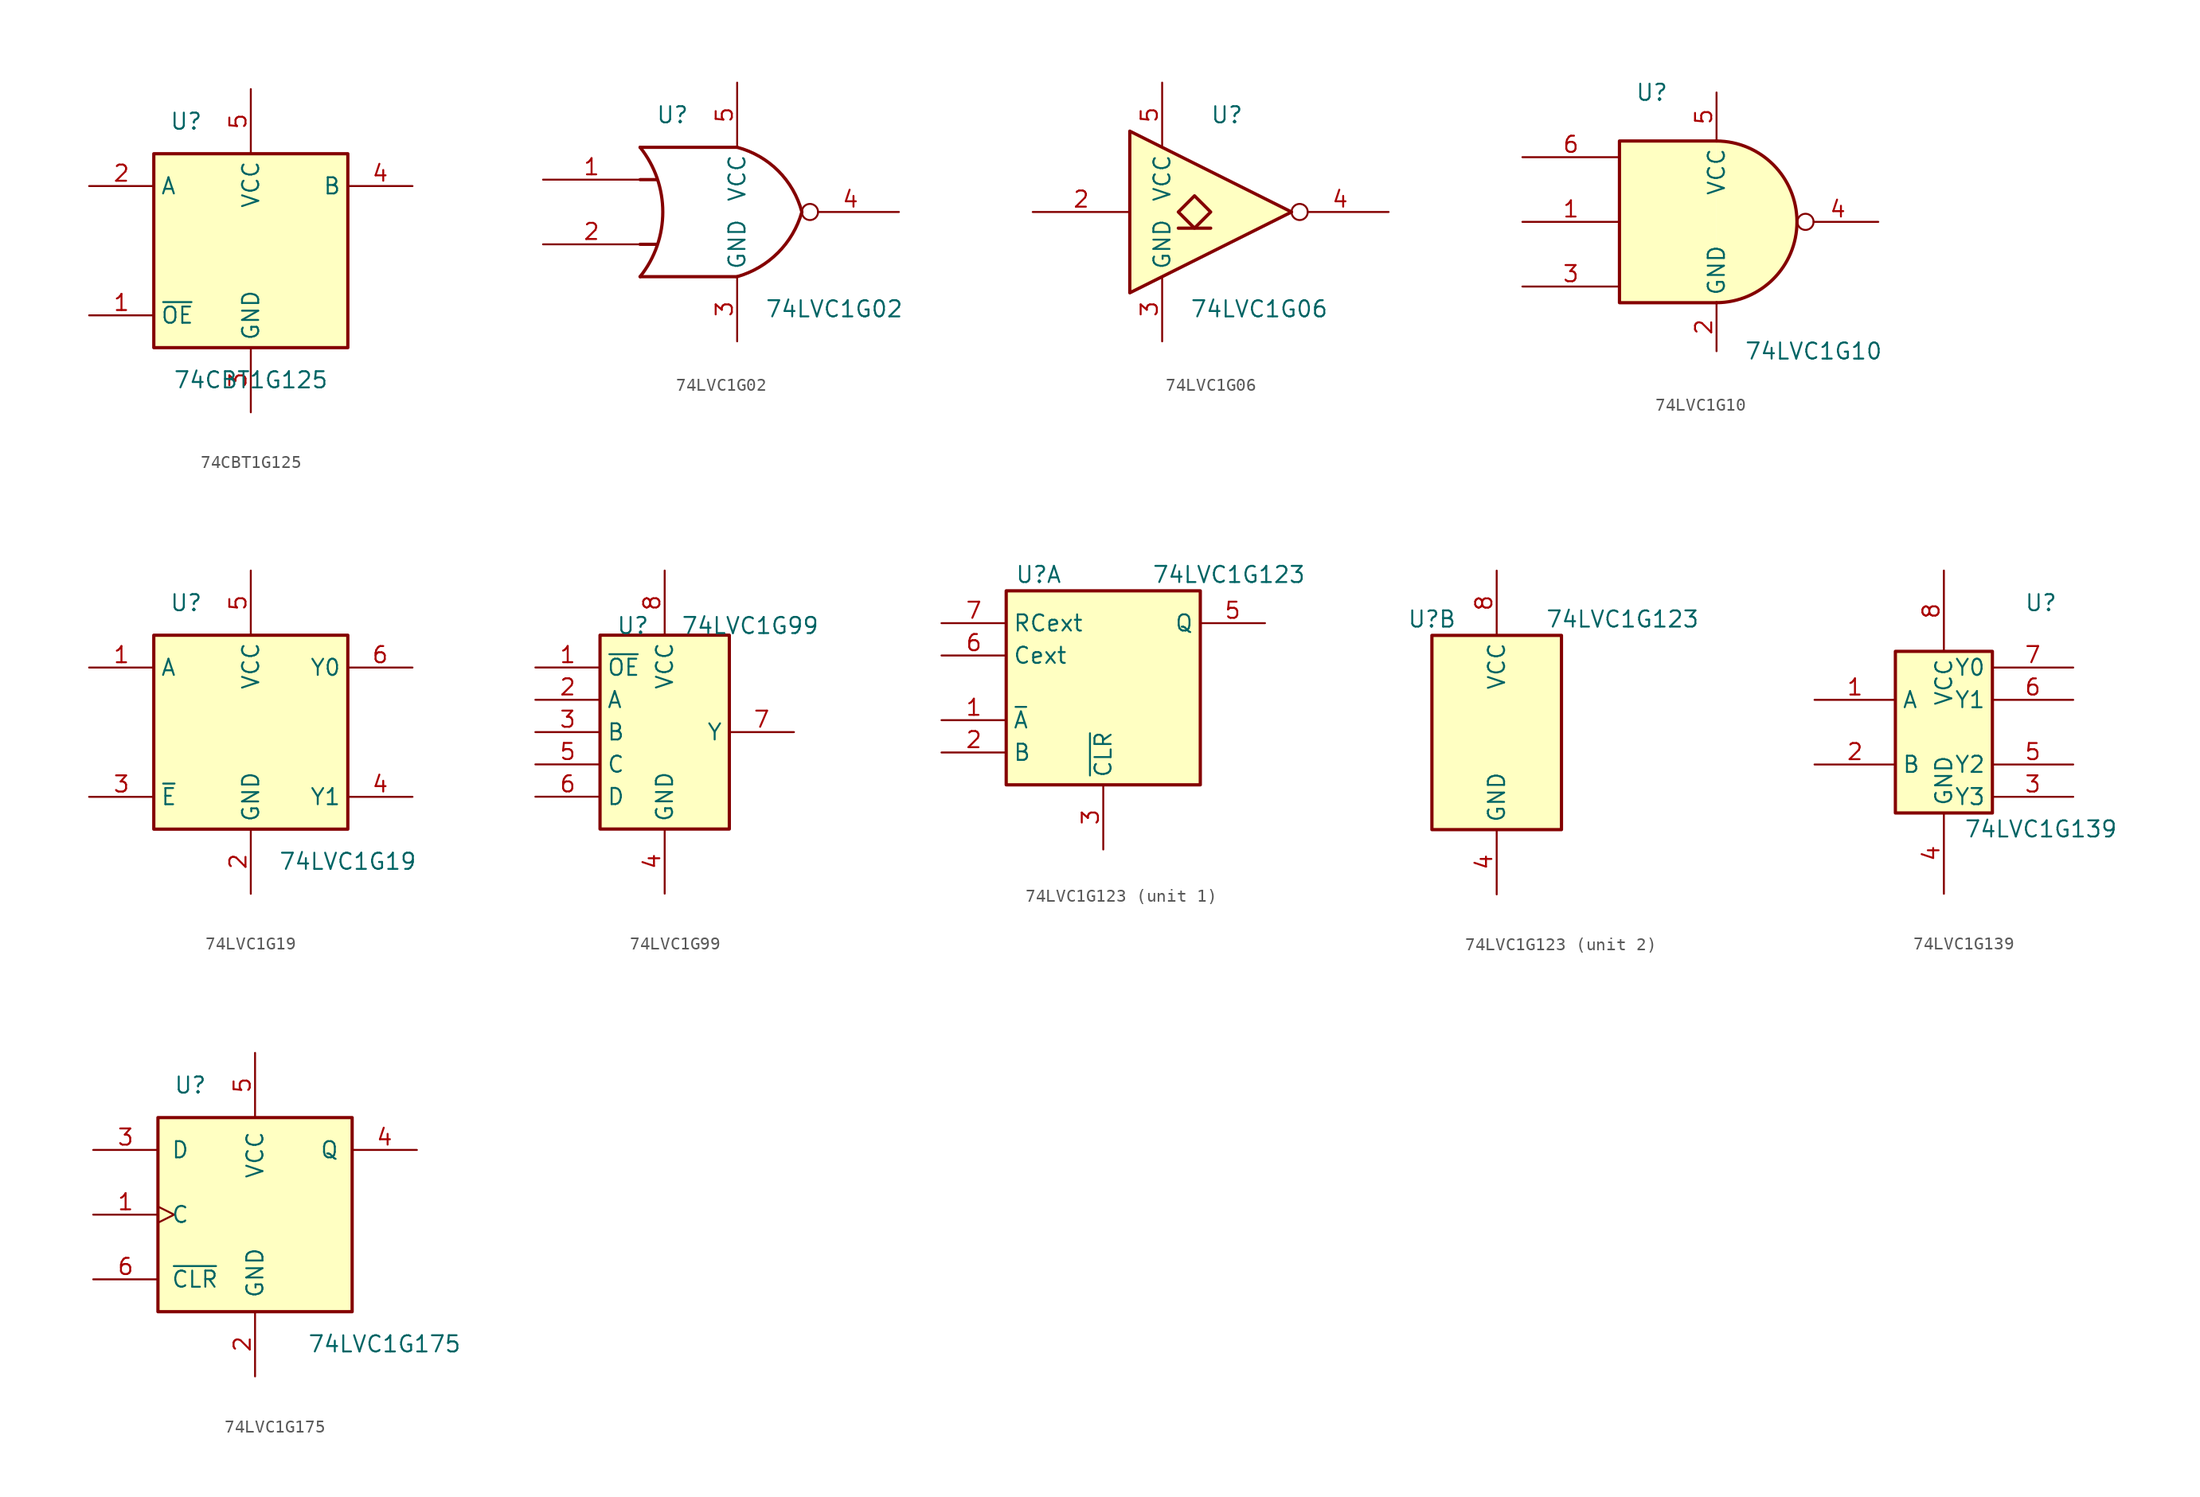
<source format=kicad_sym>
(kicad_symbol_lib
  (version 20241209)
  (generator "kicad_symbol_editor")
  (generator_version "9.0")
  (symbol "74CBT1G125"
    (property "Reference" "U"
      (at -5.08 10.16 0)
      (effects (font (size 1.27 1.27))))
    (property "Value" "74CBT1G125"
      (at 0 -10.16 0)
      (effects (font (size 1.27 1.27))))
    (symbol "74CBT1G125_0_1"
      (rectangle (start -7.62 7.62) (end 7.62 -7.62) (stroke (width 0.254) (type default)) (fill (type background))))
    (symbol "74CBT1G125_1_1"
      (pin input line (at -12.7 5.08 0) (length 5.08) (name "A" (effects (font (size 1.27 1.27)))) (number "2" (effects (font (size 1.27 1.27)))))
      (pin input line (at -12.7 -5.08 0) (length 5.08) (name "~{OE}" (effects (font (size 1.27 1.27)))) (number "1" (effects (font (size 1.27 1.27)))))
      (pin power_in line (at 0 12.7 270) (length 5.08) (name "VCC" (effects (font (size 1.27 1.27)))) (number "5" (effects (font (size 1.27 1.27)))))
      (pin power_in line (at 0 -12.7 90) (length 5.08) (name "GND" (effects (font (size 1.27 1.27)))) (number "3" (effects (font (size 1.27 1.27)))))
      (pin tri_state line (at 12.7 5.08 180) (length 5.08) (name "B" (effects (font (size 1.27 1.27)))) (number "4" (effects (font (size 1.27 1.27)))))))
  (symbol "74LVC1G02"
    (property "Reference" "U"
      (at -5.08 7.62 0)
      (effects (font (size 1.27 1.27))))
    (property "Value" "74LVC1G02"
      (at 7.62 -7.62 0)
      (effects (font (size 1.27 1.27))))
    (symbol "74LVC1G02_0_1"
      (arc (start -7.62 5.08) (mid -5.838 0) (end -7.62 -5.08) (stroke (width 0.254) (type default)) (fill (type none)))
      (polyline (pts (xy -7.62 2.54) (xy -6.35 2.54)) (stroke (width 0.254) (type default)) (fill (type background)))
      (polyline (pts (xy -7.62 -2.54) (xy -6.35 -2.54)) (stroke (width 0.254) (type default)) (fill (type background)))
      (arc (start 5.08 0) (mid 3.202 -3.202) (end 0 -5.08) (stroke (width 0.254) (type default)) (fill (type none)))
      (arc (start 0 5.08) (mid 3.2271 3.2271) (end 5.08 0) (stroke (width 0.254) (type default)) (fill (type none)))
      (polyline (pts (xy 0 5.08) (xy -7.62 5.08)) (stroke (width 0.254) (type default)) (fill (type background)))
      (polyline (pts (xy 0 -5.08) (xy -7.62 -5.08)) (stroke (width 0.254) (type default)) (fill (type background))))
    (symbol "74LVC1G02_1_1"
      (pin input line (at -15.24 2.54 0) (length 7.62) (name "~" (effects (font (size 1.27 1.27)))) (number "1" (effects (font (size 1.27 1.27)))))
      (pin input line (at -15.24 -2.54 0) (length 7.62) (name "~" (effects (font (size 1.27 1.27)))) (number "2" (effects (font (size 1.27 1.27)))))
      (pin power_in line (at 0 10.16 270) (length 5.08) (name "VCC" (effects (font (size 1.27 1.27)))) (number "5" (effects (font (size 1.27 1.27)))))
      (pin power_in line (at 0 -10.16 90) (length 5.08) (name "GND" (effects (font (size 1.27 1.27)))) (number "3" (effects (font (size 1.27 1.27)))))
      (pin output inverted (at 12.7 0 180) (length 7.62) (name "~" (effects (font (size 1.27 1.27)))) (number "4" (effects (font (size 1.27 1.27)))))))
  (symbol "74LVC1G06"
    (property "Reference" "U"
      (at 0 7.62 0)
      (effects (font (size 1.27 1.27))))
    (property "Value" "74LVC1G06"
      (at 2.54 -7.62 0)
      (effects (font (size 1.27 1.27))))
    (symbol "74LVC1G06_0_1"
      (polyline (pts (xy -7.62 6.35) (xy -7.62 -6.35) (xy 5.08 0) (xy -7.62 6.35)) (stroke (width 0.254) (type default)) (fill (type background)))
      (polyline (pts (xy -3.81 -1.27) (xy -1.27 -1.27)) (stroke (width 0.254) (type default)) (fill (type background)))
      (polyline (pts (xy -2.54 1.27) (xy -3.81 0) (xy -2.54 -1.27) (xy -1.27 0) (xy -2.54 1.27)) (stroke (width 0.254) (type default)) (fill (type background))))
    (symbol "74LVC1G06_1_1"
      (pin input line (at -15.24 0 0) (length 7.62) (name "~" (effects (font (size 1.27 1.27)))) (number "2" (effects (font (size 1.27 1.27)))))
      (pin power_in line (at -5.08 10.16 270) (length 5.08) (name "VCC" (effects (font (size 1.27 1.27)))) (number "5" (effects (font (size 1.27 1.27)))))
      (pin power_in line (at -5.08 -10.16 90) (length 5.08) (name "GND" (effects (font (size 1.27 1.27)))) (number "3" (effects (font (size 1.27 1.27)))))
      (pin open_collector inverted (at 12.7 0 180) (length 7.62) (name "~" (effects (font (size 1.27 1.27)))) (number "4" (effects (font (size 1.27 1.27)))))))
  (symbol "74LVC1G10"
    (property "Reference" "U"
      (at -5.08 10.16 0)
      (effects (font (size 1.27 1.27))))
    (property "Value" "74LVC1G10"
      (at 7.62 -10.16 0)
      (effects (font (size 1.27 1.27))))
    (symbol "74LVC1G10_0_1"
      (arc (start 0 6.35) (mid 6.3224 0) (end 0 -6.35) (stroke (width 0.254) (type default)) (fill (type background)))
      (polyline (pts (xy 0 -6.35) (xy -7.62 -6.35) (xy -7.62 6.35) (xy 0 6.35)) (stroke (width 0.254) (type default)) (fill (type background))))
    (symbol "74LVC1G10_1_1"
      (pin input line (at -15.24 5.08 0) (length 7.62) (name "~" (effects (font (size 1.27 1.27)))) (number "6" (effects (font (size 1.27 1.27)))))
      (pin input line (at -15.24 0 0) (length 7.62) (name "~" (effects (font (size 1.27 1.27)))) (number "1" (effects (font (size 1.27 1.27)))))
      (pin input line (at -15.24 -5.08 0) (length 7.62) (name "~" (effects (font (size 1.27 1.27)))) (number "3" (effects (font (size 1.27 1.27)))))
      (pin power_in line (at 0 10.16 270) (length 3.81) (name "VCC" (effects (font (size 1.27 1.27)))) (number "5" (effects (font (size 1.27 1.27)))))
      (pin power_in line (at 0 -10.16 90) (length 3.81) (name "GND" (effects (font (size 1.27 1.27)))) (number "2" (effects (font (size 1.27 1.27)))))
      (pin output inverted (at 12.7 0 180) (length 6.35) (name "~" (effects (font (size 1.27 1.27)))) (number "4" (effects (font (size 1.27 1.27)))))))
  (symbol "74LVC1G19"
    (property "Reference" "U"
      (at -5.08 10.16 0)
      (effects (font (size 1.27 1.27))))
    (property "Value" "74LVC1G19"
      (at 7.62 -10.16 0)
      (effects (font (size 1.27 1.27))))
    (symbol "74LVC1G19_0_1"
      (rectangle (start -7.62 7.62) (end 7.62 -7.62) (stroke (width 0.254) (type default)) (fill (type background))))
    (symbol "74LVC1G19_1_1"
      (pin input line (at -12.7 5.08 0) (length 5.08) (name "A" (effects (font (size 1.27 1.27)))) (number "1" (effects (font (size 1.27 1.27)))))
      (pin input line (at -12.7 -5.08 0) (length 5.08) (name "~{E}" (effects (font (size 1.27 1.27)))) (number "3" (effects (font (size 1.27 1.27)))))
      (pin power_in line (at 0 12.7 270) (length 5.08) (name "VCC" (effects (font (size 1.27 1.27)))) (number "5" (effects (font (size 1.27 1.27)))))
      (pin power_in line (at 0 -12.7 90) (length 5.08) (name "GND" (effects (font (size 1.27 1.27)))) (number "2" (effects (font (size 1.27 1.27)))))
      (pin output line (at 12.7 5.08 180) (length 5.08) (name "Y0" (effects (font (size 1.27 1.27)))) (number "6" (effects (font (size 1.27 1.27)))))
      (pin output line (at 12.7 -5.08 180) (length 5.08) (name "Y1" (effects (font (size 1.27 1.27)))) (number "4" (effects (font (size 1.27 1.27)))))))
  (symbol "74LVC1G99"
    (property "Reference" "U"
      (at -3.81 7.62 0)
      (effects (font (size 1.27 1.27)) (justify left bottom)))
    (property "Value" "74LVC1G99"
      (at 1.27 7.62 0)
      (effects (font (size 1.27 1.27)) (justify left bottom)))
    (symbol "74LVC1G99_0_1"
      (rectangle (start -5.08 7.62) (end 5.08 -7.62) (stroke (width 0.254) (type default)) (fill (type background))))
    (symbol "74LVC1G99_1_1"
      (pin input line (at -10.16 5.08 0) (length 5.08) (name "~{OE}" (effects (font (size 1.27 1.27)))) (number "1" (effects (font (size 1.27 1.27)))))
      (pin input line (at -10.16 2.54 0) (length 5.08) (name "A" (effects (font (size 1.27 1.27)))) (number "2" (effects (font (size 1.27 1.27)))))
      (pin input line (at -10.16 0 0) (length 5.08) (name "B" (effects (font (size 1.27 1.27)))) (number "3" (effects (font (size 1.27 1.27)))))
      (pin input line (at -10.16 -2.54 0) (length 5.08) (name "C" (effects (font (size 1.27 1.27)))) (number "5" (effects (font (size 1.27 1.27)))))
      (pin input line (at -10.16 -5.08 0) (length 5.08) (name "D" (effects (font (size 1.27 1.27)))) (number "6" (effects (font (size 1.27 1.27)))))
      (pin power_in line (at 0 12.7 270) (length 5.08) (name "VCC" (effects (font (size 1.27 1.27)))) (number "8" (effects (font (size 1.27 1.27)))))
      (pin power_in line (at 0 -12.7 90) (length 5.08) (name "GND" (effects (font (size 1.27 1.27)))) (number "4" (effects (font (size 1.27 1.27)))))
      (pin output line (at 10.16 0 180) (length 5.08) (name "Y" (effects (font (size 1.27 1.27)))) (number "7" (effects (font (size 1.27 1.27)))))))
  (symbol "74LVC1G123"
    (property "Reference" "U"
      (at -5.08 8.89 0)
      (effects (font (size 1.27 1.27))))
    (property "Value" "74LVC1G123"
      (at 3.81 8.89 0)
      (effects (font (size 1.27 1.27)) (justify left)))
    (symbol "74LVC1G123_1_1"
      (rectangle (start -7.62 7.62) (end 7.62 -7.62) (stroke (width 0.254) (type default)) (fill (type background)))
      (pin input line (at -12.7 5.08 0) (length 5.08) (name "RCext" (effects (font (size 1.27 1.27)))) (number "7" (effects (font (size 1.27 1.27)))))
      (pin input line (at -12.7 2.54 0) (length 5.08) (name "Cext" (effects (font (size 1.27 1.27)))) (number "6" (effects (font (size 1.27 1.27)))))
      (pin input line (at -12.7 -2.54 0) (length 5.08) (name "~{A}" (effects (font (size 1.27 1.27)))) (number "1" (effects (font (size 1.27 1.27)))))
      (pin input line (at -12.7 -5.08 0) (length 5.08) (name "B" (effects (font (size 1.27 1.27)))) (number "2" (effects (font (size 1.27 1.27)))))
      (pin input line (at 0 -12.7 90) (length 5.08) (name "~{CLR}" (effects (font (size 1.27 1.27)))) (number "3" (effects (font (size 1.27 1.27)))))
      (pin output line (at 12.7 5.08 180) (length 5.08) (name "Q" (effects (font (size 1.27 1.27)))) (number "5" (effects (font (size 1.27 1.27))))))
    (symbol "74LVC1G123_2_1"
      (rectangle (start -5.08 7.62) (end 5.08 -7.62) (stroke (width 0.254) (type default)) (fill (type background)))
      (pin power_in line (at 0 12.7 270) (length 5.08) (name "VCC" (effects (font (size 1.27 1.27)))) (number "8" (effects (font (size 1.27 1.27)))))
      (pin power_in line (at 0 -12.7 90) (length 5.08) (name "GND" (effects (font (size 1.27 1.27)))) (number "4" (effects (font (size 1.27 1.27)))))))
  (symbol "74LVC1G139"
    (property "Reference" "U"
      (at 7.62 10.16 0)
      (effects (font (size 1.27 1.27))))
    (property "Value" "74LVC1G139"
      (at 7.62 -7.62 0)
      (effects (font (size 1.27 1.27))))
    (symbol "74LVC1G139_0_1"
      (rectangle (start -3.81 6.35) (end 3.81 -6.35) (stroke (width 0.254) (type default)) (fill (type background))))
    (symbol "74LVC1G139_1_1"
      (pin input line (at -10.16 2.54 0) (length 6.35) (name "A" (effects (font (size 1.27 1.27)))) (number "1" (effects (font (size 1.27 1.27)))))
      (pin input line (at -10.16 -2.54 0) (length 6.35) (name "B" (effects (font (size 1.27 1.27)))) (number "2" (effects (font (size 1.27 1.27)))))
      (pin power_in line (at 0 12.7 270) (length 6.35) (name "VCC" (effects (font (size 1.27 1.27)))) (number "8" (effects (font (size 1.27 1.27)))))
      (pin power_in line (at 0 -12.7 90) (length 6.35) (name "GND" (effects (font (size 1.27 1.27)))) (number "4" (effects (font (size 1.27 1.27)))))
      (pin output line (at 10.16 5.08 180) (length 6.35) (name "Y0" (effects (font (size 1.27 1.27)))) (number "7" (effects (font (size 1.27 1.27)))))
      (pin output line (at 10.16 2.54 180) (length 6.35) (name "Y1" (effects (font (size 1.27 1.27)))) (number "6" (effects (font (size 1.27 1.27)))))
      (pin output line (at 10.16 -2.54 180) (length 6.35) (name "Y2" (effects (font (size 1.27 1.27)))) (number "5" (effects (font (size 1.27 1.27)))))
      (pin output line (at 10.16 -5.08 180) (length 6.35) (name "Y3" (effects (font (size 1.27 1.27)))) (number "3" (effects (font (size 1.27 1.27)))))))
  (symbol "74LVC1G175"
    (pin_names
      (offset 1.016))
    (property "Reference" "U"
      (at -5.08 10.16 0)
      (effects (font (size 1.27 1.27))))
    (property "Value" "74LVC1G175"
      (at 10.16 -10.16 0)
      (effects (font (size 1.27 1.27))))
    (symbol "74LVC1G175_0_1"
      (rectangle (start -7.62 7.62) (end 7.62 -7.62) (stroke (width 0.254) (type default)) (fill (type background))))
    (symbol "74LVC1G175_1_1"
      (pin input line (at -12.7 5.08 0) (length 5.08) (name "D" (effects (font (size 1.27 1.27)))) (number "3" (effects (font (size 1.27 1.27)))))
      (pin input clock (at -12.7 0 0) (length 5.08) (name "C" (effects (font (size 1.27 1.27)))) (number "1" (effects (font (size 1.27 1.27)))))
      (pin input line (at -12.7 -5.08 0) (length 5.08) (name "~{CLR}" (effects (font (size 1.27 1.27)))) (number "6" (effects (font (size 1.27 1.27)))))
      (pin power_in line (at 0 12.7 270) (length 5.08) (name "VCC" (effects (font (size 1.27 1.27)))) (number "5" (effects (font (size 1.27 1.27)))))
      (pin power_in line (at 0 -12.7 90) (length 5.08) (name "GND" (effects (font (size 1.27 1.27)))) (number "2" (effects (font (size 1.27 1.27)))))
      (pin output line (at 12.7 5.08 180) (length 5.08) (name "Q" (effects (font (size 1.27 1.27)))) (number "4" (effects (font (size 1.27 1.27))))))))
</source>
